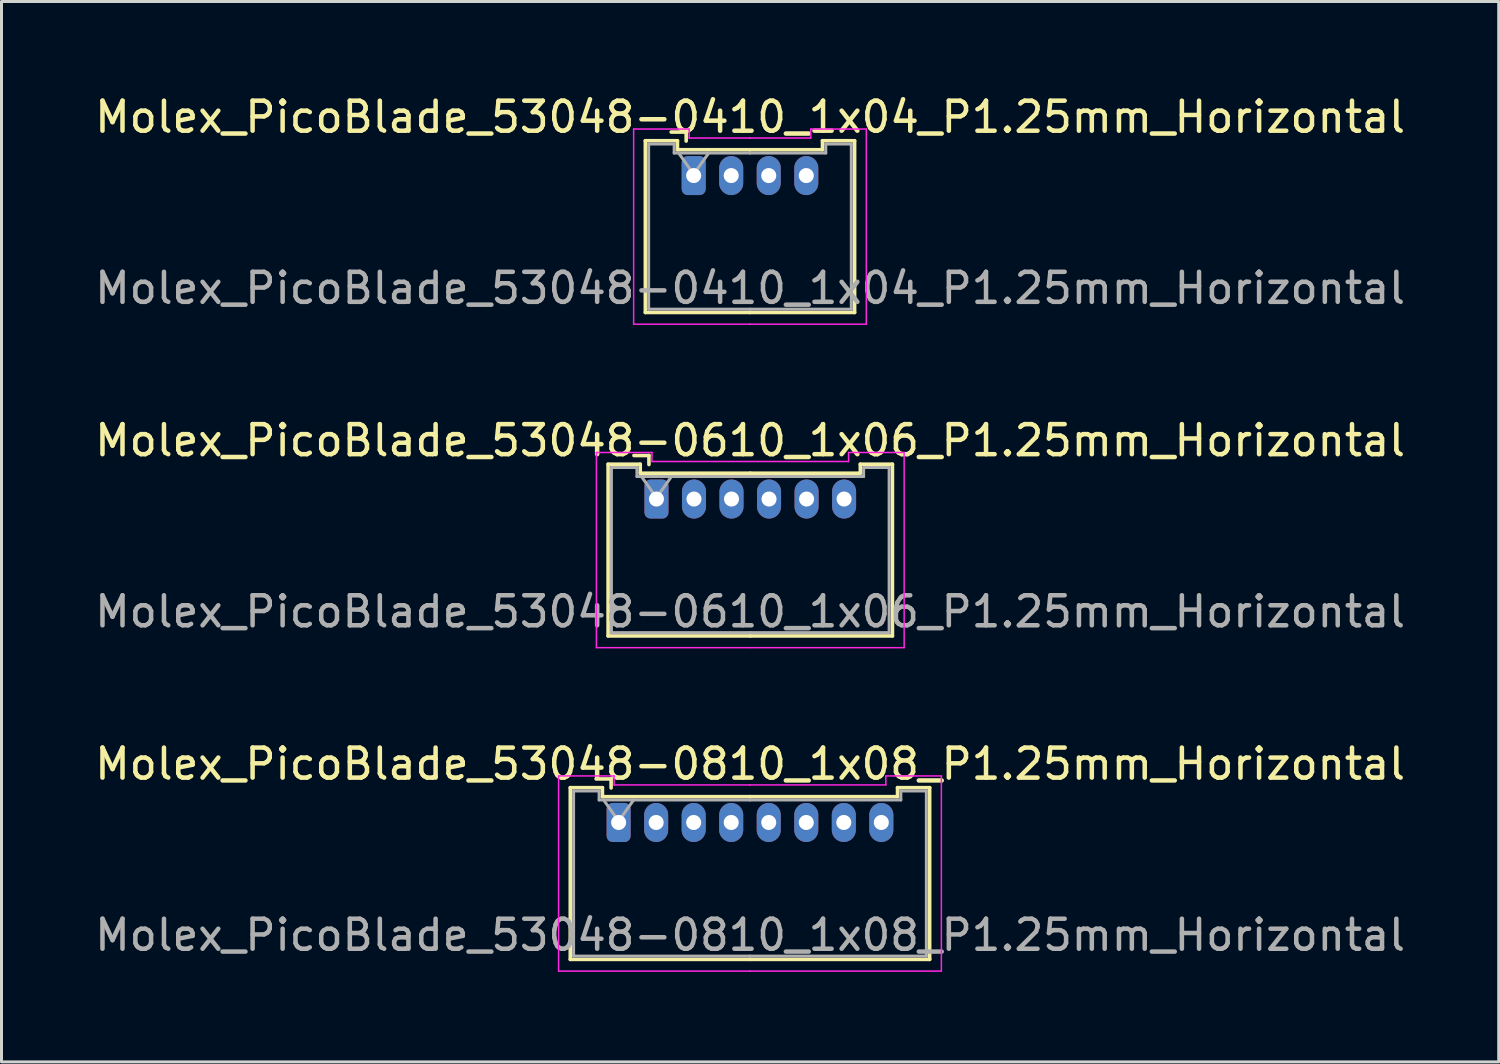
<source format=kicad_pcb>
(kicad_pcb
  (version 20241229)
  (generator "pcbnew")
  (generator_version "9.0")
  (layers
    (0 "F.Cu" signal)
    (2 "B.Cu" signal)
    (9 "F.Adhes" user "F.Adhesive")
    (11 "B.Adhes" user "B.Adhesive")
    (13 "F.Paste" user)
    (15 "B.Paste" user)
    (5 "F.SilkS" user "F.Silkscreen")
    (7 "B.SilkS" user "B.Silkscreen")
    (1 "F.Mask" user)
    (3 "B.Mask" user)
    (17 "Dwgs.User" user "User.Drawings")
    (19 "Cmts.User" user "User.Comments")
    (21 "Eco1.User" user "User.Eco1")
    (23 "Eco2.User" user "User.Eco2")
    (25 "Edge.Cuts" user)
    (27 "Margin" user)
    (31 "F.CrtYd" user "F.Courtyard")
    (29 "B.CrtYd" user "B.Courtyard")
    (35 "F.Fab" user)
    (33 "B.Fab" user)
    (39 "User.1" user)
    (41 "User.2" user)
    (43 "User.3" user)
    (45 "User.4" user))
  (footprint "Molex_PicoBlade_53048-0810_1x08_P1.25mm_Horizontal"
    (layer "F.Cu")
    (at 17.555 24.345)
    (property "Reference" "Molex_PicoBlade_53048-0810_1x08_P1.25mm_Horizontal" (at 4.38 -1.95 0) (layer "F.SilkS") (effects (font (size 1 1) (thickness 0.15))))
    (attr through_hole)
    (fp_line (start -1.61 -1.16) (end -1.61 4.56) (stroke (width 0.12) (type solid)) (layer "F.SilkS"))
    (fp_line (start -1.61 4.56) (end 4.375 4.56) (stroke (width 0.12) (type solid)) (layer "F.SilkS"))
    (fp_line (start -0.54 -1.16) (end -1.61 -1.16) (stroke (width 0.12) (type solid)) (layer "F.SilkS"))
    (fp_line (start -0.54 -0.86) (end -0.54 -1.16) (stroke (width 0.12) (type solid)) (layer "F.SilkS"))
    (fp_line (start -0.25 -1.45) (end -0.75 -1.45) (stroke (width 0.12) (type solid)) (layer "F.SilkS"))
    (fp_line (start -0.25 -1.15) (end -0.25 -1.45) (stroke (width 0.12) (type solid)) (layer "F.SilkS"))
    (fp_line (start 4.375 -0.86) (end -0.54 -0.86) (stroke (width 0.12) (type solid)) (layer "F.SilkS"))
    (fp_line (start 4.375 -0.86) (end 9.29 -0.86) (stroke (width 0.12) (type solid)) (layer "F.SilkS"))
    (fp_line (start 9.29 -1.16) (end 10.36 -1.16) (stroke (width 0.12) (type solid)) (layer "F.SilkS"))
    (fp_line (start 9.29 -0.86) (end 9.29 -1.16) (stroke (width 0.12) (type solid)) (layer "F.SilkS"))
    (fp_line (start 10.36 -1.16) (end 10.36 4.56) (stroke (width 0.12) (type solid)) (layer "F.SilkS"))
    (fp_line (start 10.36 4.56) (end 4.375 4.56) (stroke (width 0.12) (type solid)) (layer "F.SilkS"))
    (fp_line (start -2 -1.55) (end -2 4.95) (stroke (width 0.05) (type solid)) (layer "F.CrtYd"))
    (fp_line (start -2 4.95) (end 4.38 4.95) (stroke (width 0.05) (type solid)) (layer "F.CrtYd"))
    (fp_line (start -0.15 -1.55) (end -2 -1.55) (stroke (width 0.05) (type solid)) (layer "F.CrtYd"))
    (fp_line (start -0.15 -1.25) (end -0.15 -1.55) (stroke (width 0.05) (type solid)) (layer "F.CrtYd"))
    (fp_line (start 4.37 -1.25) (end 8.9 -1.25) (stroke (width 0.05) (type solid)) (layer "F.CrtYd"))
    (fp_line (start 4.38 -1.25) (end -0.15 -1.25) (stroke (width 0.05) (type solid)) (layer "F.CrtYd"))
    (fp_line (start 8.9 -1.55) (end 10.75 -1.55) (stroke (width 0.05) (type solid)) (layer "F.CrtYd"))
    (fp_line (start 8.9 -1.25) (end 8.9 -1.55) (stroke (width 0.05) (type solid)) (layer "F.CrtYd"))
    (fp_line (start 10.75 -1.55) (end 10.75 4.95) (stroke (width 0.05) (type solid)) (layer "F.CrtYd"))
    (fp_line (start 10.75 4.95) (end 4.37 4.95) (stroke (width 0.05) (type solid)) (layer "F.CrtYd"))
    (fp_line (start -1.5 -1.05) (end -1.5 4.45) (stroke (width 0.1) (type solid)) (layer "F.Fab"))
    (fp_line (start -1.5 4.45) (end 4.375 4.45) (stroke (width 0.1) (type solid)) (layer "F.Fab"))
    (fp_line (start -0.65 -1.05) (end -1.5 -1.05) (stroke (width 0.1) (type solid)) (layer "F.Fab"))
    (fp_line (start -0.65 -0.75) (end -0.65 -1.05) (stroke (width 0.1) (type solid)) (layer "F.Fab"))
    (fp_line (start -0.5 -0.75) (end 0 -0.043) (stroke (width 0.1) (type solid)) (layer "F.Fab"))
    (fp_line (start 0 -0.043) (end 0.5 -0.75) (stroke (width 0.1) (type solid)) (layer "F.Fab"))
    (fp_line (start 4.375 -0.75) (end -0.65 -0.75) (stroke (width 0.1) (type solid)) (layer "F.Fab"))
    (fp_line (start 4.375 -0.75) (end 9.4 -0.75) (stroke (width 0.1) (type solid)) (layer "F.Fab"))
    (fp_line (start 9.4 -1.05) (end 10.25 -1.05) (stroke (width 0.1) (type solid)) (layer "F.Fab"))
    (fp_line (start 9.4 -0.75) (end 9.4 -1.05) (stroke (width 0.1) (type solid)) (layer "F.Fab"))
    (fp_line (start 10.25 -1.05) (end 10.25 4.45) (stroke (width 0.1) (type solid)) (layer "F.Fab"))
    (fp_line (start 10.25 4.45) (end 4.375 4.45) (stroke (width 0.1) (type solid)) (layer "F.Fab"))
    (fp_text user "${REFERENCE}" (at 4.38 3.75 0) (layer "F.Fab") (effects (font (size 1 1) (thickness 0.15))))
    (pad "1" thru_hole roundrect (at 0 0) (size 0.8 1.3) (drill 0.5) (layers "*.Cu" "*.Mask") (roundrect_rratio 0.25))
    (pad "2" thru_hole oval (at 1.25 0) (size 0.8 1.3) (drill 0.5) (layers "*.Cu" "*.Mask"))
    (pad "3" thru_hole oval (at 2.5 0) (size 0.8 1.3) (drill 0.5) (layers "*.Cu" "*.Mask"))
    (pad "4" thru_hole oval (at 3.75 0) (size 0.8 1.3) (drill 0.5) (layers "*.Cu" "*.Mask"))
    (pad "5" thru_hole oval (at 5 0) (size 0.8 1.3) (drill 0.5) (layers "*.Cu" "*.Mask"))
    (pad "6" thru_hole oval (at 6.25 0) (size 0.8 1.3) (drill 0.5) (layers "*.Cu" "*.Mask"))
    (pad "7" thru_hole oval (at 7.5 0) (size 0.8 1.3) (drill 0.5) (layers "*.Cu" "*.Mask"))
    (pad "8" thru_hole oval (at 8.75 0) (size 0.8 1.3) (drill 0.5) (layers "*.Cu" "*.Mask")))
  (footprint "Molex_PicoBlade_53048-0610_1x06_P1.25mm_Horizontal"
    (layer "F.Cu")
    (at 18.815 13.572)
    (property "Reference" "Molex_PicoBlade_53048-0610_1x06_P1.25mm_Horizontal" (at 3.12 -1.95 0) (layer "F.SilkS") (effects (font (size 1 1) (thickness 0.15))))
    (attr through_hole)
    (fp_line (start -1.61 -1.16) (end -1.61 4.56) (stroke (width 0.12) (type solid)) (layer "F.SilkS"))
    (fp_line (start -1.61 4.56) (end 3.125 4.56) (stroke (width 0.12) (type solid)) (layer "F.SilkS"))
    (fp_line (start -0.54 -1.16) (end -1.61 -1.16) (stroke (width 0.12) (type solid)) (layer "F.SilkS"))
    (fp_line (start -0.54 -0.86) (end -0.54 -1.16) (stroke (width 0.12) (type solid)) (layer "F.SilkS"))
    (fp_line (start -0.25 -1.45) (end -0.75 -1.45) (stroke (width 0.12) (type solid)) (layer "F.SilkS"))
    (fp_line (start -0.25 -1.15) (end -0.25 -1.45) (stroke (width 0.12) (type solid)) (layer "F.SilkS"))
    (fp_line (start 3.125 -0.86) (end -0.54 -0.86) (stroke (width 0.12) (type solid)) (layer "F.SilkS"))
    (fp_line (start 3.125 -0.86) (end 6.79 -0.86) (stroke (width 0.12) (type solid)) (layer "F.SilkS"))
    (fp_line (start 6.79 -1.16) (end 7.86 -1.16) (stroke (width 0.12) (type solid)) (layer "F.SilkS"))
    (fp_line (start 6.79 -0.86) (end 6.79 -1.16) (stroke (width 0.12) (type solid)) (layer "F.SilkS"))
    (fp_line (start 7.86 -1.16) (end 7.86 4.56) (stroke (width 0.12) (type solid)) (layer "F.SilkS"))
    (fp_line (start 7.86 4.56) (end 3.125 4.56) (stroke (width 0.12) (type solid)) (layer "F.SilkS"))
    (fp_line (start -2 -1.55) (end -2 4.95) (stroke (width 0.05) (type solid)) (layer "F.CrtYd"))
    (fp_line (start -2 4.95) (end 3.12 4.95) (stroke (width 0.05) (type solid)) (layer "F.CrtYd"))
    (fp_line (start -0.15 -1.55) (end -2 -1.55) (stroke (width 0.05) (type solid)) (layer "F.CrtYd"))
    (fp_line (start -0.15 -1.25) (end -0.15 -1.55) (stroke (width 0.05) (type solid)) (layer "F.CrtYd"))
    (fp_line (start 3.12 -1.25) (end -0.15 -1.25) (stroke (width 0.05) (type solid)) (layer "F.CrtYd"))
    (fp_line (start 3.13 -1.25) (end 6.4 -1.25) (stroke (width 0.05) (type solid)) (layer "F.CrtYd"))
    (fp_line (start 6.4 -1.55) (end 8.25 -1.55) (stroke (width 0.05) (type solid)) (layer "F.CrtYd"))
    (fp_line (start 6.4 -1.25) (end 6.4 -1.55) (stroke (width 0.05) (type solid)) (layer "F.CrtYd"))
    (fp_line (start 8.25 -1.55) (end 8.25 4.95) (stroke (width 0.05) (type solid)) (layer "F.CrtYd"))
    (fp_line (start 8.25 4.95) (end 3.13 4.95) (stroke (width 0.05) (type solid)) (layer "F.CrtYd"))
    (fp_line (start -1.5 -1.05) (end -1.5 4.45) (stroke (width 0.1) (type solid)) (layer "F.Fab"))
    (fp_line (start -1.5 4.45) (end 3.125 4.45) (stroke (width 0.1) (type solid)) (layer "F.Fab"))
    (fp_line (start -0.65 -1.05) (end -1.5 -1.05) (stroke (width 0.1) (type solid)) (layer "F.Fab"))
    (fp_line (start -0.65 -0.75) (end -0.65 -1.05) (stroke (width 0.1) (type solid)) (layer "F.Fab"))
    (fp_line (start -0.5 -0.75) (end 0 -0.043) (stroke (width 0.1) (type solid)) (layer "F.Fab"))
    (fp_line (start 0 -0.043) (end 0.5 -0.75) (stroke (width 0.1) (type solid)) (layer "F.Fab"))
    (fp_line (start 3.125 -0.75) (end -0.65 -0.75) (stroke (width 0.1) (type solid)) (layer "F.Fab"))
    (fp_line (start 3.125 -0.75) (end 6.9 -0.75) (stroke (width 0.1) (type solid)) (layer "F.Fab"))
    (fp_line (start 6.9 -1.05) (end 7.75 -1.05) (stroke (width 0.1) (type solid)) (layer "F.Fab"))
    (fp_line (start 6.9 -0.75) (end 6.9 -1.05) (stroke (width 0.1) (type solid)) (layer "F.Fab"))
    (fp_line (start 7.75 -1.05) (end 7.75 4.45) (stroke (width 0.1) (type solid)) (layer "F.Fab"))
    (fp_line (start 7.75 4.45) (end 3.125 4.45) (stroke (width 0.1) (type solid)) (layer "F.Fab"))
    (fp_text user "${REFERENCE}" (at 3.12 3.75 0) (layer "F.Fab") (effects (font (size 1 1) (thickness 0.15))))
    (pad "1" thru_hole roundrect (at 0 0) (size 0.8 1.3) (drill 0.5) (layers "*.Cu" "*.Mask") (roundrect_rratio 0.25))
    (pad "2" thru_hole oval (at 1.25 0) (size 0.8 1.3) (drill 0.5) (layers "*.Cu" "*.Mask"))
    (pad "3" thru_hole oval (at 2.5 0) (size 0.8 1.3) (drill 0.5) (layers "*.Cu" "*.Mask"))
    (pad "4" thru_hole oval (at 3.75 0) (size 0.8 1.3) (drill 0.5) (layers "*.Cu" "*.Mask"))
    (pad "5" thru_hole oval (at 5 0) (size 0.8 1.3) (drill 0.5) (layers "*.Cu" "*.Mask"))
    (pad "6" thru_hole oval (at 6.25 0) (size 0.8 1.3) (drill 0.5) (layers "*.Cu" "*.Mask")))
  (footprint "Molex_PicoBlade_53048-0410_1x04_P1.25mm_Horizontal"
    (layer "F.Cu")
    (at 20.055 2.798)
    (property "Reference" "Molex_PicoBlade_53048-0410_1x04_P1.25mm_Horizontal" (at 1.88 -1.95 0) (layer "F.SilkS") (effects (font (size 1 1) (thickness 0.15))))
    (attr through_hole)
    (fp_line (start -1.61 -1.16) (end -1.61 4.56) (stroke (width 0.12) (type solid)) (layer "F.SilkS"))
    (fp_line (start -1.61 4.56) (end 1.875 4.56) (stroke (width 0.12) (type solid)) (layer "F.SilkS"))
    (fp_line (start -0.54 -1.16) (end -1.61 -1.16) (stroke (width 0.12) (type solid)) (layer "F.SilkS"))
    (fp_line (start -0.54 -0.86) (end -0.54 -1.16) (stroke (width 0.12) (type solid)) (layer "F.SilkS"))
    (fp_line (start -0.25 -1.45) (end -0.75 -1.45) (stroke (width 0.12) (type solid)) (layer "F.SilkS"))
    (fp_line (start -0.25 -1.15) (end -0.25 -1.45) (stroke (width 0.12) (type solid)) (layer "F.SilkS"))
    (fp_line (start 1.875 -0.86) (end -0.54 -0.86) (stroke (width 0.12) (type solid)) (layer "F.SilkS"))
    (fp_line (start 1.875 -0.86) (end 4.29 -0.86) (stroke (width 0.12) (type solid)) (layer "F.SilkS"))
    (fp_line (start 4.29 -1.16) (end 5.36 -1.16) (stroke (width 0.12) (type solid)) (layer "F.SilkS"))
    (fp_line (start 4.29 -0.86) (end 4.29 -1.16) (stroke (width 0.12) (type solid)) (layer "F.SilkS"))
    (fp_line (start 5.36 -1.16) (end 5.36 4.56) (stroke (width 0.12) (type solid)) (layer "F.SilkS"))
    (fp_line (start 5.36 4.56) (end 1.875 4.56) (stroke (width 0.12) (type solid)) (layer "F.SilkS"))
    (fp_line (start -2 -1.55) (end -2 4.95) (stroke (width 0.05) (type solid)) (layer "F.CrtYd"))
    (fp_line (start -2 4.95) (end 1.88 4.95) (stroke (width 0.05) (type solid)) (layer "F.CrtYd"))
    (fp_line (start -0.15 -1.55) (end -2 -1.55) (stroke (width 0.05) (type solid)) (layer "F.CrtYd"))
    (fp_line (start -0.15 -1.25) (end -0.15 -1.55) (stroke (width 0.05) (type solid)) (layer "F.CrtYd"))
    (fp_line (start 1.87 -1.25) (end 3.9 -1.25) (stroke (width 0.05) (type solid)) (layer "F.CrtYd"))
    (fp_line (start 1.88 -1.25) (end -0.15 -1.25) (stroke (width 0.05) (type solid)) (layer "F.CrtYd"))
    (fp_line (start 3.9 -1.55) (end 5.75 -1.55) (stroke (width 0.05) (type solid)) (layer "F.CrtYd"))
    (fp_line (start 3.9 -1.25) (end 3.9 -1.55) (stroke (width 0.05) (type solid)) (layer "F.CrtYd"))
    (fp_line (start 5.75 -1.55) (end 5.75 4.95) (stroke (width 0.05) (type solid)) (layer "F.CrtYd"))
    (fp_line (start 5.75 4.95) (end 1.87 4.95) (stroke (width 0.05) (type solid)) (layer "F.CrtYd"))
    (fp_line (start -1.5 -1.05) (end -1.5 4.45) (stroke (width 0.1) (type solid)) (layer "F.Fab"))
    (fp_line (start -1.5 4.45) (end 1.875 4.45) (stroke (width 0.1) (type solid)) (layer "F.Fab"))
    (fp_line (start -0.65 -1.05) (end -1.5 -1.05) (stroke (width 0.1) (type solid)) (layer "F.Fab"))
    (fp_line (start -0.65 -0.75) (end -0.65 -1.05) (stroke (width 0.1) (type solid)) (layer "F.Fab"))
    (fp_line (start -0.5 -0.75) (end 0 -0.043) (stroke (width 0.1) (type solid)) (layer "F.Fab"))
    (fp_line (start 0 -0.043) (end 0.5 -0.75) (stroke (width 0.1) (type solid)) (layer "F.Fab"))
    (fp_line (start 1.875 -0.75) (end -0.65 -0.75) (stroke (width 0.1) (type solid)) (layer "F.Fab"))
    (fp_line (start 1.875 -0.75) (end 4.4 -0.75) (stroke (width 0.1) (type solid)) (layer "F.Fab"))
    (fp_line (start 4.4 -1.05) (end 5.25 -1.05) (stroke (width 0.1) (type solid)) (layer "F.Fab"))
    (fp_line (start 4.4 -0.75) (end 4.4 -1.05) (stroke (width 0.1) (type solid)) (layer "F.Fab"))
    (fp_line (start 5.25 -1.05) (end 5.25 4.45) (stroke (width 0.1) (type solid)) (layer "F.Fab"))
    (fp_line (start 5.25 4.45) (end 1.875 4.45) (stroke (width 0.1) (type solid)) (layer "F.Fab"))
    (fp_text user "${REFERENCE}" (at 1.88 3.75 0) (layer "F.Fab") (effects (font (size 1 1) (thickness 0.15))))
    (pad "1" thru_hole roundrect (at 0 0) (size 0.8 1.3) (drill 0.5) (layers "*.Cu" "*.Mask") (roundrect_rratio 0.25))
    (pad "2" thru_hole oval (at 1.25 0) (size 0.8 1.3) (drill 0.5) (layers "*.Cu" "*.Mask"))
    (pad "3" thru_hole oval (at 2.5 0) (size 0.8 1.3) (drill 0.5) (layers "*.Cu" "*.Mask"))
    (pad "4" thru_hole oval (at 3.75 0) (size 0.8 1.3) (drill 0.5) (layers "*.Cu" "*.Mask")))
  (gr_rect
    (start -3 -3)
    (end 46.869 32.32)
    (stroke (width 0.1) (type default))
    (fill no)
    (layer "Edge.Cuts")))
</source>
